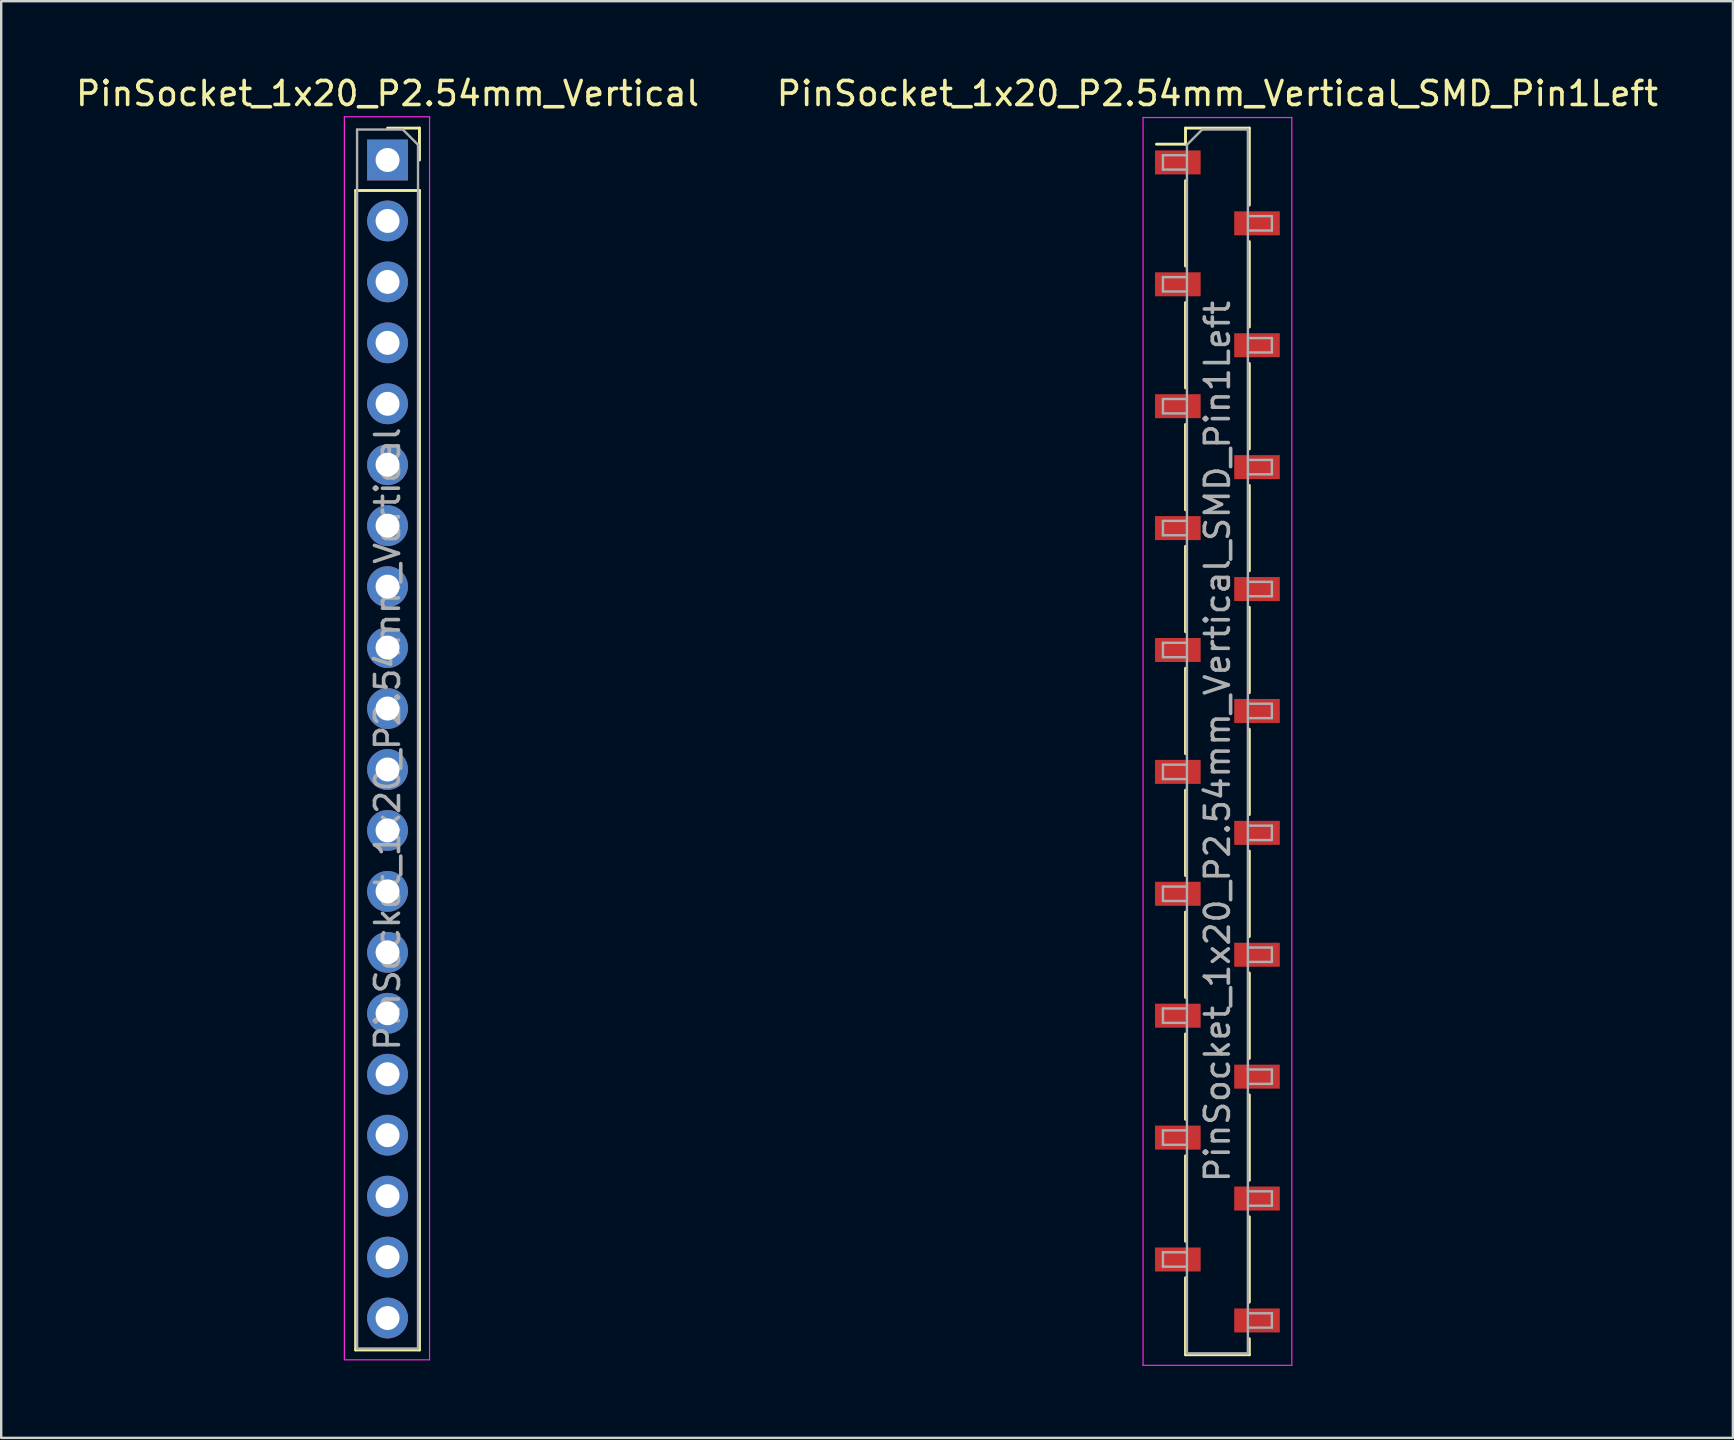
<source format=kicad_pcb>
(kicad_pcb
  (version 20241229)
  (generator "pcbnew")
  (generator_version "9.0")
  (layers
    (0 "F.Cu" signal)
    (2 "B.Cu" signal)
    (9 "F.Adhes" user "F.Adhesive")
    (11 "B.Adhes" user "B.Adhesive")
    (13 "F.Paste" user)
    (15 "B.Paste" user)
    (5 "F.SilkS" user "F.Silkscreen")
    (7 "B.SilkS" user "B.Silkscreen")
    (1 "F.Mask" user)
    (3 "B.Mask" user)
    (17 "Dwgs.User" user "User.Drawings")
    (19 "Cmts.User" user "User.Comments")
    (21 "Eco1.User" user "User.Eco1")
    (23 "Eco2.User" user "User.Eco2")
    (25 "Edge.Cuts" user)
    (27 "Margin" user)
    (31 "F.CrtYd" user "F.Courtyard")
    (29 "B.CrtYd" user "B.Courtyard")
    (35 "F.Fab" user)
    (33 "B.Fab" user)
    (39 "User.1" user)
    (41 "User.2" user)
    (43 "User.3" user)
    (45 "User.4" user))
  (footprint "PinSocket_1x20_P2.54mm_Vertical"
    (layer "F.Cu")
    (at 13.101 3.618)
    (property "Reference" "PinSocket_1x20_P2.54mm_Vertical" (at 0 -2.77 0) (layer "F.SilkS") (effects (font (size 1 1) (thickness 0.15))))
    (attr through_hole)
    (fp_line (start -1.33 1.27) (end -1.33 49.59) (stroke (width 0.12) (type solid)) (layer "F.SilkS"))
    (fp_line (start -1.33 1.27) (end 1.33 1.27) (stroke (width 0.12) (type solid)) (layer "F.SilkS"))
    (fp_line (start -1.33 49.59) (end 1.33 49.59) (stroke (width 0.12) (type solid)) (layer "F.SilkS"))
    (fp_line (start 0 -1.33) (end 1.33 -1.33) (stroke (width 0.12) (type solid)) (layer "F.SilkS"))
    (fp_line (start 1.33 -1.33) (end 1.33 0) (stroke (width 0.12) (type solid)) (layer "F.SilkS"))
    (fp_line (start 1.33 1.27) (end 1.33 49.59) (stroke (width 0.12) (type solid)) (layer "F.SilkS"))
    (fp_line (start -1.8 -1.8) (end 1.75 -1.8) (stroke (width 0.05) (type solid)) (layer "F.CrtYd"))
    (fp_line (start -1.8 50) (end -1.8 -1.8) (stroke (width 0.05) (type solid)) (layer "F.CrtYd"))
    (fp_line (start 1.75 -1.8) (end 1.75 50) (stroke (width 0.05) (type solid)) (layer "F.CrtYd"))
    (fp_line (start 1.75 50) (end -1.8 50) (stroke (width 0.05) (type solid)) (layer "F.CrtYd"))
    (fp_line (start -1.27 -1.27) (end 0.635 -1.27) (stroke (width 0.1) (type solid)) (layer "F.Fab"))
    (fp_line (start -1.27 49.53) (end -1.27 -1.27) (stroke (width 0.1) (type solid)) (layer "F.Fab"))
    (fp_line (start 0.635 -1.27) (end 1.27 -0.635) (stroke (width 0.1) (type solid)) (layer "F.Fab"))
    (fp_line (start 1.27 -0.635) (end 1.27 49.53) (stroke (width 0.1) (type solid)) (layer "F.Fab"))
    (fp_line (start 1.27 49.53) (end -1.27 49.53) (stroke (width 0.1) (type solid)) (layer "F.Fab"))
    (fp_text user "${REFERENCE}" (at 0 24.13 90) (layer "F.Fab") (effects (font (size 1 1) (thickness 0.15))))
    (pad "1" thru_hole rect (at 0 0) (size 1.7 1.7) (drill 1) (layers "*.Cu" "*.Mask"))
    (pad "2" thru_hole oval (at 0 2.54) (size 1.7 1.7) (drill 1) (layers "*.Cu" "*.Mask"))
    (pad "3" thru_hole oval (at 0 5.08) (size 1.7 1.7) (drill 1) (layers "*.Cu" "*.Mask"))
    (pad "4" thru_hole oval (at 0 7.62) (size 1.7 1.7) (drill 1) (layers "*.Cu" "*.Mask"))
    (pad "5" thru_hole oval (at 0 10.16) (size 1.7 1.7) (drill 1) (layers "*.Cu" "*.Mask"))
    (pad "6" thru_hole oval (at 0 12.7) (size 1.7 1.7) (drill 1) (layers "*.Cu" "*.Mask"))
    (pad "7" thru_hole oval (at 0 15.24) (size 1.7 1.7) (drill 1) (layers "*.Cu" "*.Mask"))
    (pad "8" thru_hole oval (at 0 17.78) (size 1.7 1.7) (drill 1) (layers "*.Cu" "*.Mask"))
    (pad "9" thru_hole oval (at 0 20.32) (size 1.7 1.7) (drill 1) (layers "*.Cu" "*.Mask"))
    (pad "10" thru_hole oval (at 0 22.86) (size 1.7 1.7) (drill 1) (layers "*.Cu" "*.Mask"))
    (pad "11" thru_hole oval (at 0 25.4) (size 1.7 1.7) (drill 1) (layers "*.Cu" "*.Mask"))
    (pad "12" thru_hole oval (at 0 27.94) (size 1.7 1.7) (drill 1) (layers "*.Cu" "*.Mask"))
    (pad "13" thru_hole oval (at 0 30.48) (size 1.7 1.7) (drill 1) (layers "*.Cu" "*.Mask"))
    (pad "14" thru_hole oval (at 0 33.02) (size 1.7 1.7) (drill 1) (layers "*.Cu" "*.Mask"))
    (pad "15" thru_hole oval (at 0 35.56) (size 1.7 1.7) (drill 1) (layers "*.Cu" "*.Mask"))
    (pad "16" thru_hole oval (at 0 38.1) (size 1.7 1.7) (drill 1) (layers "*.Cu" "*.Mask"))
    (pad "17" thru_hole oval (at 0 40.64) (size 1.7 1.7) (drill 1) (layers "*.Cu" "*.Mask"))
    (pad "18" thru_hole oval (at 0 43.18) (size 1.7 1.7) (drill 1) (layers "*.Cu" "*.Mask"))
    (pad "19" thru_hole oval (at 0 45.72) (size 1.7 1.7) (drill 1) (layers "*.Cu" "*.Mask"))
    (pad "20" thru_hole oval (at 0 48.26) (size 1.7 1.7) (drill 1) (layers "*.Cu" "*.Mask")))
  (footprint "PinSocket_1x20_P2.54mm_Vertical_SMD_Pin1Left"
    (layer "F.Cu")
    (at 47.685 27.848)
    (property "Reference" "PinSocket_1x20_P2.54mm_Vertical_SMD_Pin1Left" (at 0 -27 0) (layer "F.SilkS") (effects (font (size 1 1) (thickness 0.15))))
    (attr smd)
    (fp_line (start -2.54 -24.89) (end -1.33 -24.89) (stroke (width 0.12) (type solid)) (layer "F.SilkS"))
    (fp_line (start -1.33 -25.56) (end -1.33 -24.89) (stroke (width 0.12) (type solid)) (layer "F.SilkS"))
    (fp_line (start -1.33 -25.56) (end 1.33 -25.56) (stroke (width 0.12) (type solid)) (layer "F.SilkS"))
    (fp_line (start -1.33 -23.37) (end -1.33 -19.81) (stroke (width 0.12) (type solid)) (layer "F.SilkS"))
    (fp_line (start -1.33 -18.29) (end -1.33 -14.73) (stroke (width 0.12) (type solid)) (layer "F.SilkS"))
    (fp_line (start -1.33 -13.21) (end -1.33 -9.65) (stroke (width 0.12) (type solid)) (layer "F.SilkS"))
    (fp_line (start -1.33 -8.13) (end -1.33 -4.57) (stroke (width 0.12) (type solid)) (layer "F.SilkS"))
    (fp_line (start -1.33 -3.05) (end -1.33 0.51) (stroke (width 0.12) (type solid)) (layer "F.SilkS"))
    (fp_line (start -1.33 2.03) (end -1.33 5.59) (stroke (width 0.12) (type solid)) (layer "F.SilkS"))
    (fp_line (start -1.33 7.11) (end -1.33 10.67) (stroke (width 0.12) (type solid)) (layer "F.SilkS"))
    (fp_line (start -1.33 12.19) (end -1.33 15.75) (stroke (width 0.12) (type solid)) (layer "F.SilkS"))
    (fp_line (start -1.33 17.27) (end -1.33 20.83) (stroke (width 0.12) (type solid)) (layer "F.SilkS"))
    (fp_line (start -1.33 22.35) (end -1.33 25.56) (stroke (width 0.12) (type solid)) (layer "F.SilkS"))
    (fp_line (start -1.33 25.56) (end 1.33 25.56) (stroke (width 0.12) (type solid)) (layer "F.SilkS"))
    (fp_line (start 1.33 -25.56) (end 1.33 -22.35) (stroke (width 0.12) (type solid)) (layer "F.SilkS"))
    (fp_line (start 1.33 -20.83) (end 1.33 -17.27) (stroke (width 0.12) (type solid)) (layer "F.SilkS"))
    (fp_line (start 1.33 -15.75) (end 1.33 -12.19) (stroke (width 0.12) (type solid)) (layer "F.SilkS"))
    (fp_line (start 1.33 -10.67) (end 1.33 -7.11) (stroke (width 0.12) (type solid)) (layer "F.SilkS"))
    (fp_line (start 1.33 -5.59) (end 1.33 -2.03) (stroke (width 0.12) (type solid)) (layer "F.SilkS"))
    (fp_line (start 1.33 -0.51) (end 1.33 3.05) (stroke (width 0.12) (type solid)) (layer "F.SilkS"))
    (fp_line (start 1.33 4.57) (end 1.33 8.13) (stroke (width 0.12) (type solid)) (layer "F.SilkS"))
    (fp_line (start 1.33 9.65) (end 1.33 13.21) (stroke (width 0.12) (type solid)) (layer "F.SilkS"))
    (fp_line (start 1.33 14.73) (end 1.33 18.29) (stroke (width 0.12) (type solid)) (layer "F.SilkS"))
    (fp_line (start 1.33 19.81) (end 1.33 23.37) (stroke (width 0.12) (type solid)) (layer "F.SilkS"))
    (fp_line (start 1.33 24.89) (end 1.33 25.56) (stroke (width 0.12) (type solid)) (layer "F.SilkS"))
    (fp_line (start -3.1 -26) (end 3.1 -26) (stroke (width 0.05) (type solid)) (layer "F.CrtYd"))
    (fp_line (start -3.1 26) (end -3.1 -26) (stroke (width 0.05) (type solid)) (layer "F.CrtYd"))
    (fp_line (start 3.1 -26) (end 3.1 26) (stroke (width 0.05) (type solid)) (layer "F.CrtYd"))
    (fp_line (start 3.1 26) (end -3.1 26) (stroke (width 0.05) (type solid)) (layer "F.CrtYd"))
    (fp_line (start -2.27 -24.43) (end -1.27 -24.43) (stroke (width 0.1) (type solid)) (layer "F.Fab"))
    (fp_line (start -2.27 -23.83) (end -2.27 -24.43) (stroke (width 0.1) (type solid)) (layer "F.Fab"))
    (fp_line (start -2.27 -19.35) (end -1.27 -19.35) (stroke (width 0.1) (type solid)) (layer "F.Fab"))
    (fp_line (start -2.27 -18.75) (end -2.27 -19.35) (stroke (width 0.1) (type solid)) (layer "F.Fab"))
    (fp_line (start -2.27 -14.27) (end -1.27 -14.27) (stroke (width 0.1) (type solid)) (layer "F.Fab"))
    (fp_line (start -2.27 -13.67) (end -2.27 -14.27) (stroke (width 0.1) (type solid)) (layer "F.Fab"))
    (fp_line (start -2.27 -9.19) (end -1.27 -9.19) (stroke (width 0.1) (type solid)) (layer "F.Fab"))
    (fp_line (start -2.27 -8.59) (end -2.27 -9.19) (stroke (width 0.1) (type solid)) (layer "F.Fab"))
    (fp_line (start -2.27 -4.11) (end -1.27 -4.11) (stroke (width 0.1) (type solid)) (layer "F.Fab"))
    (fp_line (start -2.27 -3.51) (end -2.27 -4.11) (stroke (width 0.1) (type solid)) (layer "F.Fab"))
    (fp_line (start -2.27 0.97) (end -1.27 0.97) (stroke (width 0.1) (type solid)) (layer "F.Fab"))
    (fp_line (start -2.27 1.57) (end -2.27 0.97) (stroke (width 0.1) (type solid)) (layer "F.Fab"))
    (fp_line (start -2.27 6.05) (end -1.27 6.05) (stroke (width 0.1) (type solid)) (layer "F.Fab"))
    (fp_line (start -2.27 6.65) (end -2.27 6.05) (stroke (width 0.1) (type solid)) (layer "F.Fab"))
    (fp_line (start -2.27 11.13) (end -1.27 11.13) (stroke (width 0.1) (type solid)) (layer "F.Fab"))
    (fp_line (start -2.27 11.73) (end -2.27 11.13) (stroke (width 0.1) (type solid)) (layer "F.Fab"))
    (fp_line (start -2.27 16.21) (end -1.27 16.21) (stroke (width 0.1) (type solid)) (layer "F.Fab"))
    (fp_line (start -2.27 16.81) (end -2.27 16.21) (stroke (width 0.1) (type solid)) (layer "F.Fab"))
    (fp_line (start -2.27 21.29) (end -1.27 21.29) (stroke (width 0.1) (type solid)) (layer "F.Fab"))
    (fp_line (start -2.27 21.89) (end -2.27 21.29) (stroke (width 0.1) (type solid)) (layer "F.Fab"))
    (fp_line (start -1.27 -24.865) (end -0.635 -25.5) (stroke (width 0.1) (type solid)) (layer "F.Fab"))
    (fp_line (start -1.27 -23.83) (end -2.27 -23.83) (stroke (width 0.1) (type solid)) (layer "F.Fab"))
    (fp_line (start -1.27 -18.75) (end -2.27 -18.75) (stroke (width 0.1) (type solid)) (layer "F.Fab"))
    (fp_line (start -1.27 -13.67) (end -2.27 -13.67) (stroke (width 0.1) (type solid)) (layer "F.Fab"))
    (fp_line (start -1.27 -8.59) (end -2.27 -8.59) (stroke (width 0.1) (type solid)) (layer "F.Fab"))
    (fp_line (start -1.27 -3.51) (end -2.27 -3.51) (stroke (width 0.1) (type solid)) (layer "F.Fab"))
    (fp_line (start -1.27 1.57) (end -2.27 1.57) (stroke (width 0.1) (type solid)) (layer "F.Fab"))
    (fp_line (start -1.27 6.65) (end -2.27 6.65) (stroke (width 0.1) (type solid)) (layer "F.Fab"))
    (fp_line (start -1.27 11.73) (end -2.27 11.73) (stroke (width 0.1) (type solid)) (layer "F.Fab"))
    (fp_line (start -1.27 16.81) (end -2.27 16.81) (stroke (width 0.1) (type solid)) (layer "F.Fab"))
    (fp_line (start -1.27 21.89) (end -2.27 21.89) (stroke (width 0.1) (type solid)) (layer "F.Fab"))
    (fp_line (start -1.27 25.5) (end -1.27 -24.865) (stroke (width 0.1) (type solid)) (layer "F.Fab"))
    (fp_line (start -0.635 -25.5) (end 1.27 -25.5) (stroke (width 0.1) (type solid)) (layer "F.Fab"))
    (fp_line (start 1.27 -25.5) (end 1.27 25.5) (stroke (width 0.1) (type solid)) (layer "F.Fab"))
    (fp_line (start 1.27 -21.89) (end 2.27 -21.89) (stroke (width 0.1) (type solid)) (layer "F.Fab"))
    (fp_line (start 1.27 -16.81) (end 2.27 -16.81) (stroke (width 0.1) (type solid)) (layer "F.Fab"))
    (fp_line (start 1.27 -11.73) (end 2.27 -11.73) (stroke (width 0.1) (type solid)) (layer "F.Fab"))
    (fp_line (start 1.27 -6.65) (end 2.27 -6.65) (stroke (width 0.1) (type solid)) (layer "F.Fab"))
    (fp_line (start 1.27 -1.57) (end 2.27 -1.57) (stroke (width 0.1) (type solid)) (layer "F.Fab"))
    (fp_line (start 1.27 3.51) (end 2.27 3.51) (stroke (width 0.1) (type solid)) (layer "F.Fab"))
    (fp_line (start 1.27 8.59) (end 2.27 8.59) (stroke (width 0.1) (type solid)) (layer "F.Fab"))
    (fp_line (start 1.27 13.67) (end 2.27 13.67) (stroke (width 0.1) (type solid)) (layer "F.Fab"))
    (fp_line (start 1.27 18.75) (end 2.27 18.75) (stroke (width 0.1) (type solid)) (layer "F.Fab"))
    (fp_line (start 1.27 23.83) (end 2.27 23.83) (stroke (width 0.1) (type solid)) (layer "F.Fab"))
    (fp_line (start 1.27 25.5) (end -1.27 25.5) (stroke (width 0.1) (type solid)) (layer "F.Fab"))
    (fp_line (start 2.27 -21.89) (end 2.27 -21.29) (stroke (width 0.1) (type solid)) (layer "F.Fab"))
    (fp_line (start 2.27 -21.29) (end 1.27 -21.29) (stroke (width 0.1) (type solid)) (layer "F.Fab"))
    (fp_line (start 2.27 -16.81) (end 2.27 -16.21) (stroke (width 0.1) (type solid)) (layer "F.Fab"))
    (fp_line (start 2.27 -16.21) (end 1.27 -16.21) (stroke (width 0.1) (type solid)) (layer "F.Fab"))
    (fp_line (start 2.27 -11.73) (end 2.27 -11.13) (stroke (width 0.1) (type solid)) (layer "F.Fab"))
    (fp_line (start 2.27 -11.13) (end 1.27 -11.13) (stroke (width 0.1) (type solid)) (layer "F.Fab"))
    (fp_line (start 2.27 -6.65) (end 2.27 -6.05) (stroke (width 0.1) (type solid)) (layer "F.Fab"))
    (fp_line (start 2.27 -6.05) (end 1.27 -6.05) (stroke (width 0.1) (type solid)) (layer "F.Fab"))
    (fp_line (start 2.27 -1.57) (end 2.27 -0.97) (stroke (width 0.1) (type solid)) (layer "F.Fab"))
    (fp_line (start 2.27 -0.97) (end 1.27 -0.97) (stroke (width 0.1) (type solid)) (layer "F.Fab"))
    (fp_line (start 2.27 3.51) (end 2.27 4.11) (stroke (width 0.1) (type solid)) (layer "F.Fab"))
    (fp_line (start 2.27 4.11) (end 1.27 4.11) (stroke (width 0.1) (type solid)) (layer "F.Fab"))
    (fp_line (start 2.27 8.59) (end 2.27 9.19) (stroke (width 0.1) (type solid)) (layer "F.Fab"))
    (fp_line (start 2.27 9.19) (end 1.27 9.19) (stroke (width 0.1) (type solid)) (layer "F.Fab"))
    (fp_line (start 2.27 13.67) (end 2.27 14.27) (stroke (width 0.1) (type solid)) (layer "F.Fab"))
    (fp_line (start 2.27 14.27) (end 1.27 14.27) (stroke (width 0.1) (type solid)) (layer "F.Fab"))
    (fp_line (start 2.27 18.75) (end 2.27 19.35) (stroke (width 0.1) (type solid)) (layer "F.Fab"))
    (fp_line (start 2.27 19.35) (end 1.27 19.35) (stroke (width 0.1) (type solid)) (layer "F.Fab"))
    (fp_line (start 2.27 23.83) (end 2.27 24.43) (stroke (width 0.1) (type solid)) (layer "F.Fab"))
    (fp_line (start 2.27 24.43) (end 1.27 24.43) (stroke (width 0.1) (type solid)) (layer "F.Fab"))
    (fp_text user "${REFERENCE}" (at 0 0 90) (layer "F.Fab") (effects (font (size 1 1) (thickness 0.15))))
    (pad "1" smd rect (at -1.65 -24.13) (size 1.9 1) (layers "F.Cu" "F.Mask" "F.Paste"))
    (pad "2" smd rect (at 1.65 -21.59) (size 1.9 1) (layers "F.Cu" "F.Mask" "F.Paste"))
    (pad "3" smd rect (at -1.65 -19.05) (size 1.9 1) (layers "F.Cu" "F.Mask" "F.Paste"))
    (pad "4" smd rect (at 1.65 -16.51) (size 1.9 1) (layers "F.Cu" "F.Mask" "F.Paste"))
    (pad "5" smd rect (at -1.65 -13.97) (size 1.9 1) (layers "F.Cu" "F.Mask" "F.Paste"))
    (pad "6" smd rect (at 1.65 -11.43) (size 1.9 1) (layers "F.Cu" "F.Mask" "F.Paste"))
    (pad "7" smd rect (at -1.65 -8.89) (size 1.9 1) (layers "F.Cu" "F.Mask" "F.Paste"))
    (pad "8" smd rect (at 1.65 -6.35) (size 1.9 1) (layers "F.Cu" "F.Mask" "F.Paste"))
    (pad "9" smd rect (at -1.65 -3.81) (size 1.9 1) (layers "F.Cu" "F.Mask" "F.Paste"))
    (pad "10" smd rect (at 1.65 -1.27) (size 1.9 1) (layers "F.Cu" "F.Mask" "F.Paste"))
    (pad "11" smd rect (at -1.65 1.27) (size 1.9 1) (layers "F.Cu" "F.Mask" "F.Paste"))
    (pad "12" smd rect (at 1.65 3.81) (size 1.9 1) (layers "F.Cu" "F.Mask" "F.Paste"))
    (pad "13" smd rect (at -1.65 6.35) (size 1.9 1) (layers "F.Cu" "F.Mask" "F.Paste"))
    (pad "14" smd rect (at 1.65 8.89) (size 1.9 1) (layers "F.Cu" "F.Mask" "F.Paste"))
    (pad "15" smd rect (at -1.65 11.43) (size 1.9 1) (layers "F.Cu" "F.Mask" "F.Paste"))
    (pad "16" smd rect (at 1.65 13.97) (size 1.9 1) (layers "F.Cu" "F.Mask" "F.Paste"))
    (pad "17" smd rect (at -1.65 16.51) (size 1.9 1) (layers "F.Cu" "F.Mask" "F.Paste"))
    (pad "18" smd rect (at 1.65 19.05) (size 1.9 1) (layers "F.Cu" "F.Mask" "F.Paste"))
    (pad "19" smd rect (at -1.65 21.59) (size 1.9 1) (layers "F.Cu" "F.Mask" "F.Paste"))
    (pad "20" smd rect (at 1.65 24.13) (size 1.9 1) (layers "F.Cu" "F.Mask" "F.Paste")))
  (gr_rect
    (start -3 -3)
    (end 69.167 56.873)
    (stroke (width 0.1) (type default))
    (fill no)
    (layer "Edge.Cuts")))
</source>
